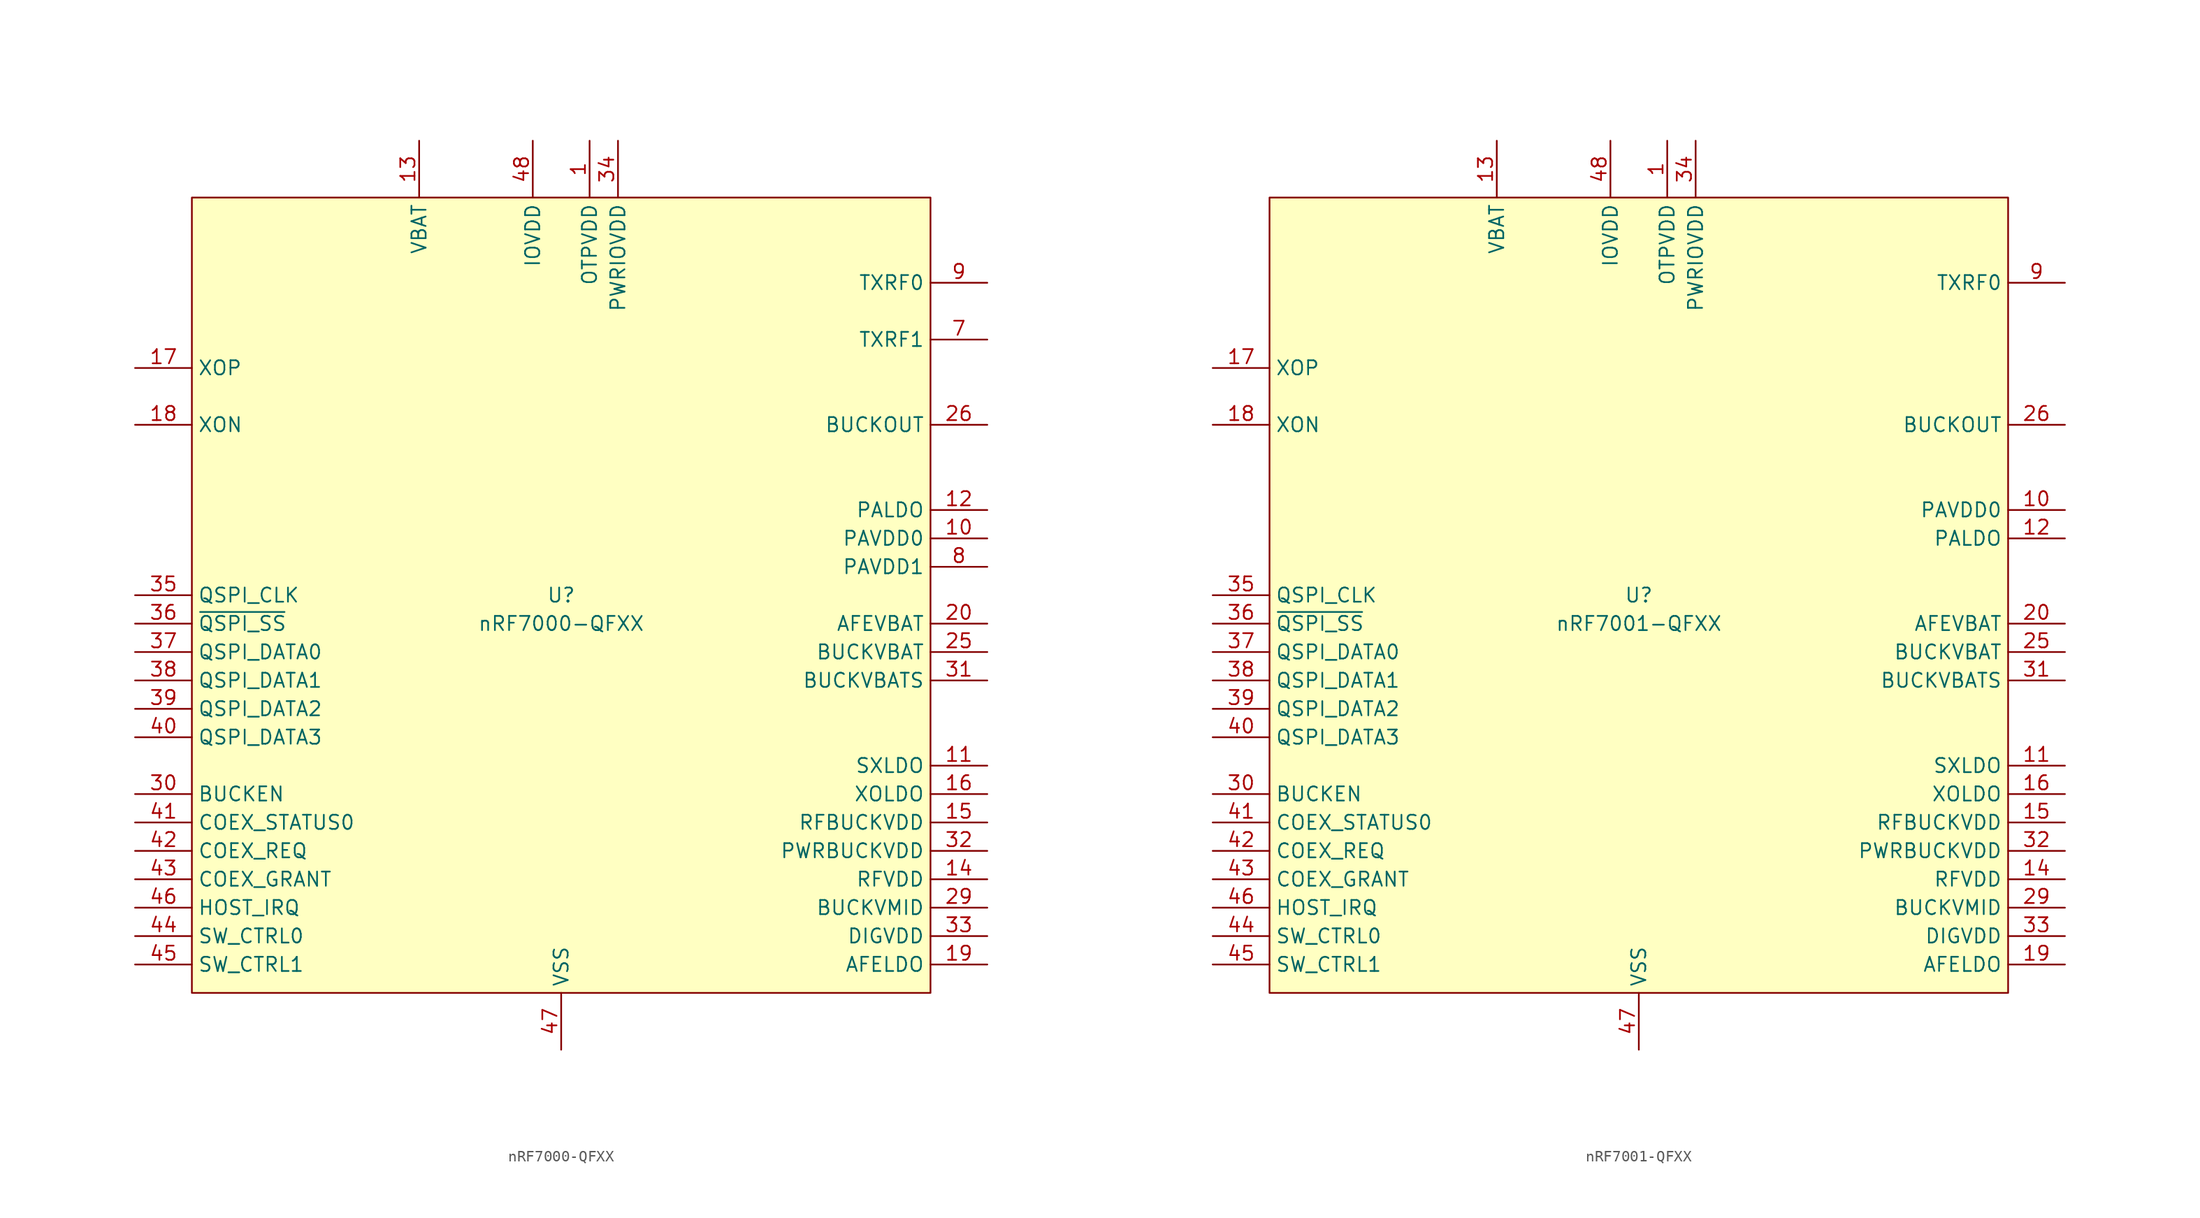
<source format=kicad_sym>
(kicad_symbol_lib
  (version 20241209)
  (generator "kicad_symbol_editor")
  (generator_version "9.0")
  (symbol "nRF7000-QFXX"
    (property "Reference" "U"
      (at 0 0 0)
      (do_not_autoplace)
      (effects (font (size 1.27 1.27))))
    (property "Value" "nRF7000-QFXX"
      (at 0 -2.54 0)
      (do_not_autoplace)
      (effects (font (size 1.27 1.27))))
    (symbol "nRF7000-QFXX_0_0"
      (pin input line (at -38.1 20.32 0) (length 5.08) (name "XOP" (effects (font (size 1.27 1.27)))) (number "17" (effects (font (size 1.27 1.27)))))
      (pin output line (at -38.1 15.24 0) (length 5.08) (name "XON" (effects (font (size 1.27 1.27)))) (number "18" (effects (font (size 1.27 1.27)))))
      (pin bidirectional line (at -38.1 -10.16 0) (length 5.08) (name "QSPI_DATA2" (effects (font (size 1.27 1.27)))) (number "39" (effects (font (size 1.27 1.27)))))
      (pin bidirectional line (at -38.1 -12.7 0) (length 5.08) (name "QSPI_DATA3" (effects (font (size 1.27 1.27)))) (number "40" (effects (font (size 1.27 1.27)))))
      (pin input line (at -38.1 -17.78 0) (length 5.08) (name "BUCKEN" (effects (font (size 1.27 1.27)))) (number "30" (effects (font (size 1.27 1.27)))))
      (pin bidirectional line (at -38.1 -20.32 0) (length 5.08) (name "COEX_STATUS0" (effects (font (size 1.27 1.27)))) (number "41" (effects (font (size 1.27 1.27)))))
      (pin bidirectional line (at -38.1 -22.86 0) (length 5.08) (name "COEX_REQ" (effects (font (size 1.27 1.27)))) (number "42" (effects (font (size 1.27 1.27)))))
      (pin output line (at -38.1 -25.4 0) (length 5.08) (name "COEX_GRANT" (effects (font (size 1.27 1.27)))) (number "43" (effects (font (size 1.27 1.27)))))
      (pin output line (at -38.1 -27.94 0) (length 5.08) (name "HOST_IRQ" (effects (font (size 1.27 1.27)))) (number "46" (effects (font (size 1.27 1.27)))))
      (pin output line (at -38.1 -30.48 0) (length 5.08) (name "SW_CTRL0" (effects (font (size 1.27 1.27)))) (number "44" (effects (font (size 1.27 1.27)))))
      (pin bidirectional line (at -38.1 -33.02 0) (length 5.08) (name "SW_CTRL1" (effects (font (size 1.27 1.27)))) (number "45" (effects (font (size 1.27 1.27)))))
      (pin power_in line (at -12.7 40.64 270) (length 5.08) (name "VBAT" (effects (font (size 1.27 1.27)))) (number "13" (effects (font (size 1.27 1.27)))))
      (pin power_in line (at -2.54 40.64 270) (length 5.08) (name "IOVDD" (effects (font (size 1.27 1.27)))) (number "48" (effects (font (size 1.27 1.27)))))
      (pin passive line (at 0 -40.64 90) (length 5.08) (hide yes) (name "BUCKVSS" (effects (font (size 1.27 1.27)))) (number "28" (effects (font (size 1.27 1.27)))))
      (pin power_in line (at 2.54 40.64 270) (length 5.08) (name "OTPVDD" (effects (font (size 1.27 1.27)))) (number "1" (effects (font (size 1.27 1.27)))))
      (pin power_in line (at 5.08 40.64 270) (length 5.08) (name "PWRIOVDD" (effects (font (size 1.27 1.27)))) (number "34" (effects (font (size 1.27 1.27)))))
      (pin bidirectional line (at 38.1 27.94 180) (length 5.08) (name "TXRF0" (effects (font (size 1.27 1.27)))) (number "9" (effects (font (size 1.27 1.27)))))
      (pin power_out line (at 38.1 15.24 180) (length 5.08) (name "BUCKOUT" (effects (font (size 1.27 1.27)))) (number "26" (effects (font (size 1.27 1.27)))))
      (pin power_out line (at 38.1 7.62 180) (length 5.08) (name "PALDO" (effects (font (size 1.27 1.27)))) (number "12" (effects (font (size 1.27 1.27)))))
      (pin power_in line (at 38.1 5.08 180) (length 5.08) (name "PAVDD0" (effects (font (size 1.27 1.27)))) (number "10" (effects (font (size 1.27 1.27)))))
      (pin power_in line (at 38.1 -2.54 180) (length 5.08) (name "AFEVBAT" (effects (font (size 1.27 1.27)))) (number "20" (effects (font (size 1.27 1.27)))))
      (pin power_in line (at 38.1 -5.08 180) (length 5.08) (name "BUCKVBAT" (effects (font (size 1.27 1.27)))) (number "25" (effects (font (size 1.27 1.27)))))
      (pin power_in line (at 38.1 -7.62 180) (length 5.08) (name "BUCKVBATS" (effects (font (size 1.27 1.27)))) (number "31" (effects (font (size 1.27 1.27)))))
      (pin passive line (at 38.1 -15.24 180) (length 5.08) (name "SXLDO" (effects (font (size 1.27 1.27)))) (number "11" (effects (font (size 1.27 1.27)))))
      (pin passive line (at 38.1 -17.78 180) (length 5.08) (name "XOLDO" (effects (font (size 1.27 1.27)))) (number "16" (effects (font (size 1.27 1.27)))))
      (pin passive line (at 38.1 -20.32 180) (length 5.08) (name "RFBUCKVDD" (effects (font (size 1.27 1.27)))) (number "15" (effects (font (size 1.27 1.27)))))
      (pin passive line (at 38.1 -22.86 180) (length 5.08) (name "PWRBUCKVDD" (effects (font (size 1.27 1.27)))) (number "32" (effects (font (size 1.27 1.27)))))
      (pin passive line (at 38.1 -25.4 180) (length 5.08) (name "RFVDD" (effects (font (size 1.27 1.27)))) (number "14" (effects (font (size 1.27 1.27)))))
      (pin passive line (at 38.1 -30.48 180) (length 5.08) (name "DIGVDD" (effects (font (size 1.27 1.27)))) (number "33" (effects (font (size 1.27 1.27)))))
      (pin passive line (at 38.1 -33.02 180) (length 5.08) (name "AFELDO" (effects (font (size 1.27 1.27)))) (number "19" (effects (font (size 1.27 1.27))))))
    (symbol "nRF7000-QFXX_1_0"
      (pin input line (at -38.1 0 0) (length 5.08) (name "QSPI_CLK" (effects (font (size 1.27 1.27)))) (number "35" (effects (font (size 1.27 1.27)))) (alternate "SPI_CLK" input line))
      (pin input line (at -38.1 -2.54 0) (length 5.08) (name "~{QSPI_SS}" (effects (font (size 1.27 1.27)))) (number "36" (effects (font (size 1.27 1.27)))) (alternate "~{SPI_SS}" input line))
      (pin bidirectional line (at -38.1 -5.08 0) (length 5.08) (name "QSPI_DATA0" (effects (font (size 1.27 1.27)))) (number "37" (effects (font (size 1.27 1.27)))) (alternate "SPI_MOSI" bidirectional line))
      (pin bidirectional line (at -38.1 -7.62 0) (length 5.08) (name "QSPI_DATA1" (effects (font (size 1.27 1.27)))) (number "38" (effects (font (size 1.27 1.27)))) (alternate "SPI_MISO" bidirectional line))
      (pin passive line (at 0 -40.64 90) (length 5.08) (hide yes) (name "BUCKVSS" (effects (font (size 1.27 1.27)))) (number "27" (effects (font (size 1.27 1.27)))))
      (pin power_in line (at 0 -40.64 90) (length 5.08) (name "VSS" (effects (font (size 1.27 1.27)))) (number "47" (effects (font (size 1.27 1.27)))))
      (pin passive line (at 0 -40.64 90) (length 5.08) (hide yes) (name "EP" (effects (font (size 1.27 1.27)))) (number "49" (effects (font (size 1.27 1.27)))))
      (pin no_connect line (at 10.16 35.56 270) (length 5.08) (hide yes) (name "N.C." (effects (font (size 1.27 1.27)))) (number "2" (effects (font (size 1.27 1.27)))))
      (pin no_connect line (at 12.7 35.56 270) (length 5.08) (hide yes) (name "N.C." (effects (font (size 1.27 1.27)))) (number "4" (effects (font (size 1.27 1.27)))))
      (pin no_connect line (at 15.24 35.56 270) (length 5.08) (hide yes) (name "N.C." (effects (font (size 1.27 1.27)))) (number "21" (effects (font (size 1.27 1.27)))))
      (pin no_connect line (at 17.78 35.56 270) (length 5.08) (hide yes) (name "N.C." (effects (font (size 1.27 1.27)))) (number "22" (effects (font (size 1.27 1.27)))))
      (pin no_connect line (at 20.32 35.56 270) (length 5.08) (hide yes) (name "N.C." (effects (font (size 1.27 1.27)))) (number "23" (effects (font (size 1.27 1.27)))))
      (pin no_connect line (at 22.86 35.56 270) (length 5.08) (hide yes) (name "N.C." (effects (font (size 1.27 1.27)))) (number "24" (effects (font (size 1.27 1.27)))))
      (pin no_connect line (at 25.4 35.56 270) (length 5.08) (hide yes) (name "N.C." (effects (font (size 1.27 1.27)))) (number "3" (effects (font (size 1.27 1.27)))))
      (pin no_connect line (at 27.94 35.56 270) (length 5.08) (hide yes) (name "N.C." (effects (font (size 1.27 1.27)))) (number "5" (effects (font (size 1.27 1.27)))))
      (pin no_connect line (at 30.48 35.56 270) (length 5.08) (hide yes) (name "N.C." (effects (font (size 1.27 1.27)))) (number "6" (effects (font (size 1.27 1.27)))))
      (pin bidirectional line (at 38.1 22.86 180) (length 5.08) (name "TXRF1" (effects (font (size 1.27 1.27)))) (number "7" (effects (font (size 1.27 1.27)))))
      (pin power_in line (at 38.1 2.54 180) (length 5.08) (name "PAVDD1" (effects (font (size 1.27 1.27)))) (number "8" (effects (font (size 1.27 1.27)))))
      (pin passive line (at 38.1 -27.94 180) (length 5.08) (name "BUCKVMID" (effects (font (size 1.27 1.27)))) (number "29" (effects (font (size 1.27 1.27))))))
    (symbol "nRF7000-QFXX_1_1"
      (rectangle (start -33.02 35.56) (end 33.02 -35.56) (stroke (width 0) (type default)) (fill (type background)))))
  (symbol "nRF7001-QFXX"
    (property "Reference" "U"
      (at 0 0 0)
      (do_not_autoplace)
      (effects (font (size 1.27 1.27))))
    (property "Value" "nRF7001-QFXX"
      (at 0 -2.54 0)
      (do_not_autoplace)
      (effects (font (size 1.27 1.27))))
    (symbol "nRF7001-QFXX_0_0"
      (pin input line (at -38.1 20.32 0) (length 5.08) (name "XOP" (effects (font (size 1.27 1.27)))) (number "17" (effects (font (size 1.27 1.27)))))
      (pin bidirectional line (at -38.1 -10.16 0) (length 5.08) (name "QSPI_DATA2" (effects (font (size 1.27 1.27)))) (number "39" (effects (font (size 1.27 1.27)))))
      (pin bidirectional line (at -38.1 -12.7 0) (length 5.08) (name "QSPI_DATA3" (effects (font (size 1.27 1.27)))) (number "40" (effects (font (size 1.27 1.27)))))
      (pin input line (at -38.1 -17.78 0) (length 5.08) (name "BUCKEN" (effects (font (size 1.27 1.27)))) (number "30" (effects (font (size 1.27 1.27)))))
      (pin bidirectional line (at -38.1 -20.32 0) (length 5.08) (name "COEX_STATUS0" (effects (font (size 1.27 1.27)))) (number "41" (effects (font (size 1.27 1.27)))))
      (pin bidirectional line (at -38.1 -22.86 0) (length 5.08) (name "COEX_REQ" (effects (font (size 1.27 1.27)))) (number "42" (effects (font (size 1.27 1.27)))))
      (pin output line (at -38.1 -25.4 0) (length 5.08) (name "COEX_GRANT" (effects (font (size 1.27 1.27)))) (number "43" (effects (font (size 1.27 1.27)))))
      (pin output line (at -38.1 -27.94 0) (length 5.08) (name "HOST_IRQ" (effects (font (size 1.27 1.27)))) (number "46" (effects (font (size 1.27 1.27)))))
      (pin output line (at -38.1 -30.48 0) (length 5.08) (name "SW_CTRL0" (effects (font (size 1.27 1.27)))) (number "44" (effects (font (size 1.27 1.27)))))
      (pin bidirectional line (at -38.1 -33.02 0) (length 5.08) (name "SW_CTRL1" (effects (font (size 1.27 1.27)))) (number "45" (effects (font (size 1.27 1.27)))))
      (pin power_in line (at -12.7 40.64 270) (length 5.08) (name "VBAT" (effects (font (size 1.27 1.27)))) (number "13" (effects (font (size 1.27 1.27)))))
      (pin power_in line (at -2.54 40.64 270) (length 5.08) (name "IOVDD" (effects (font (size 1.27 1.27)))) (number "48" (effects (font (size 1.27 1.27)))))
      (pin passive line (at 0 -40.64 90) (length 5.08) (hide yes) (name "BUCKVSS" (effects (font (size 1.27 1.27)))) (number "28" (effects (font (size 1.27 1.27)))))
      (pin power_in line (at 2.54 40.64 270) (length 5.08) (name "OTPVDD" (effects (font (size 1.27 1.27)))) (number "1" (effects (font (size 1.27 1.27)))))
      (pin power_in line (at 5.08 40.64 270) (length 5.08) (name "PWRIOVDD" (effects (font (size 1.27 1.27)))) (number "34" (effects (font (size 1.27 1.27)))))
      (pin bidirectional line (at 38.1 27.94 180) (length 5.08) (name "TXRF0" (effects (font (size 1.27 1.27)))) (number "9" (effects (font (size 1.27 1.27)))))
      (pin power_out line (at 38.1 15.24 180) (length 5.08) (name "BUCKOUT" (effects (font (size 1.27 1.27)))) (number "26" (effects (font (size 1.27 1.27)))))
      (pin passive line (at 38.1 7.62 180) (length 5.08) (name "PAVDD0" (effects (font (size 1.27 1.27)))) (number "10" (effects (font (size 1.27 1.27)))))
      (pin passive line (at 38.1 5.08 180) (length 5.08) (name "PALDO" (effects (font (size 1.27 1.27)))) (number "12" (effects (font (size 1.27 1.27)))))
      (pin passive line (at 38.1 -2.54 180) (length 5.08) (name "AFEVBAT" (effects (font (size 1.27 1.27)))) (number "20" (effects (font (size 1.27 1.27)))))
      (pin passive line (at 38.1 -5.08 180) (length 5.08) (name "BUCKVBAT" (effects (font (size 1.27 1.27)))) (number "25" (effects (font (size 1.27 1.27)))))
      (pin passive line (at 38.1 -7.62 180) (length 5.08) (name "BUCKVBATS" (effects (font (size 1.27 1.27)))) (number "31" (effects (font (size 1.27 1.27)))))
      (pin passive line (at 38.1 -15.24 180) (length 5.08) (name "SXLDO" (effects (font (size 1.27 1.27)))) (number "11" (effects (font (size 1.27 1.27)))))
      (pin passive line (at 38.1 -17.78 180) (length 5.08) (name "XOLDO" (effects (font (size 1.27 1.27)))) (number "16" (effects (font (size 1.27 1.27)))))
      (pin passive line (at 38.1 -20.32 180) (length 5.08) (name "RFBUCKVDD" (effects (font (size 1.27 1.27)))) (number "15" (effects (font (size 1.27 1.27)))))
      (pin passive line (at 38.1 -22.86 180) (length 5.08) (name "PWRBUCKVDD" (effects (font (size 1.27 1.27)))) (number "32" (effects (font (size 1.27 1.27)))))
      (pin passive line (at 38.1 -25.4 180) (length 5.08) (name "RFVDD" (effects (font (size 1.27 1.27)))) (number "14" (effects (font (size 1.27 1.27)))))
      (pin power_out line (at 38.1 -27.94 180) (length 5.08) (name "BUCKVMID" (effects (font (size 1.27 1.27)))) (number "29" (effects (font (size 1.27 1.27)))))
      (pin passive line (at 38.1 -30.48 180) (length 5.08) (name "DIGVDD" (effects (font (size 1.27 1.27)))) (number "33" (effects (font (size 1.27 1.27)))))
      (pin passive line (at 38.1 -33.02 180) (length 5.08) (name "AFELDO" (effects (font (size 1.27 1.27)))) (number "19" (effects (font (size 1.27 1.27))))))
    (symbol "nRF7001-QFXX_1_0"
      (pin output line (at -38.1 15.24 0) (length 5.08) (name "XON" (effects (font (size 1.27 1.27)))) (number "18" (effects (font (size 1.27 1.27)))))
      (pin input line (at -38.1 0 0) (length 5.08) (name "QSPI_CLK" (effects (font (size 1.27 1.27)))) (number "35" (effects (font (size 1.27 1.27)))) (alternate "SPI_CLK" input line))
      (pin input line (at -38.1 -2.54 0) (length 5.08) (name "~{QSPI_SS}" (effects (font (size 1.27 1.27)))) (number "36" (effects (font (size 1.27 1.27)))) (alternate "~{SPI_SS}" input line))
      (pin bidirectional line (at -38.1 -5.08 0) (length 5.08) (name "QSPI_DATA0" (effects (font (size 1.27 1.27)))) (number "37" (effects (font (size 1.27 1.27)))) (alternate "SPI_MOSI" bidirectional line))
      (pin bidirectional line (at -38.1 -7.62 0) (length 5.08) (name "QSPI_DATA1" (effects (font (size 1.27 1.27)))) (number "38" (effects (font (size 1.27 1.27)))) (alternate "SPI_MISO" bidirectional line))
      (pin passive line (at 0 -40.64 90) (length 5.08) (hide yes) (name "BUCKVSS" (effects (font (size 1.27 1.27)))) (number "27" (effects (font (size 1.27 1.27)))))
      (pin power_in line (at 0 -40.64 90) (length 5.08) (name "VSS" (effects (font (size 1.27 1.27)))) (number "47" (effects (font (size 1.27 1.27)))))
      (pin passive line (at 0 -40.64 90) (length 5.08) (hide yes) (name "EP" (effects (font (size 1.27 1.27)))) (number "49" (effects (font (size 1.27 1.27)))))
      (pin passive line (at 0 -40.64 90) (length 5.08) (hide yes) (name "PAVDD1" (effects (font (size 1.27 1.27)))) (number "8" (effects (font (size 1.27 1.27)))))
      (pin no_connect line (at 7.62 35.56 270) (length 5.08) (hide yes) (name "TXRF1" (effects (font (size 1.27 1.27)))) (number "7" (effects (font (size 1.27 1.27)))))
      (pin no_connect line (at 10.16 35.56 270) (length 5.08) (hide yes) (name "N.C." (effects (font (size 1.27 1.27)))) (number "2" (effects (font (size 1.27 1.27)))))
      (pin no_connect line (at 12.7 35.56 270) (length 5.08) (hide yes) (name "N.C." (effects (font (size 1.27 1.27)))) (number "4" (effects (font (size 1.27 1.27)))))
      (pin no_connect line (at 15.24 35.56 270) (length 5.08) (hide yes) (name "N.C." (effects (font (size 1.27 1.27)))) (number "21" (effects (font (size 1.27 1.27)))))
      (pin no_connect line (at 17.78 35.56 270) (length 5.08) (hide yes) (name "N.C." (effects (font (size 1.27 1.27)))) (number "22" (effects (font (size 1.27 1.27)))))
      (pin no_connect line (at 20.32 35.56 270) (length 5.08) (hide yes) (name "N.C." (effects (font (size 1.27 1.27)))) (number "23" (effects (font (size 1.27 1.27)))))
      (pin no_connect line (at 22.86 35.56 270) (length 5.08) (hide yes) (name "N.C." (effects (font (size 1.27 1.27)))) (number "24" (effects (font (size 1.27 1.27)))))
      (pin no_connect line (at 25.4 35.56 270) (length 5.08) (hide yes) (name "N.C." (effects (font (size 1.27 1.27)))) (number "3" (effects (font (size 1.27 1.27)))))
      (pin no_connect line (at 27.94 35.56 270) (length 5.08) (hide yes) (name "N.C." (effects (font (size 1.27 1.27)))) (number "5" (effects (font (size 1.27 1.27)))))
      (pin no_connect line (at 30.48 35.56 270) (length 5.08) (hide yes) (name "N.C." (effects (font (size 1.27 1.27)))) (number "6" (effects (font (size 1.27 1.27))))))
    (symbol "nRF7001-QFXX_1_1"
      (rectangle (start -33.02 35.56) (end 33.02 -35.56) (stroke (width 0) (type default)) (fill (type background))))))
</source>
